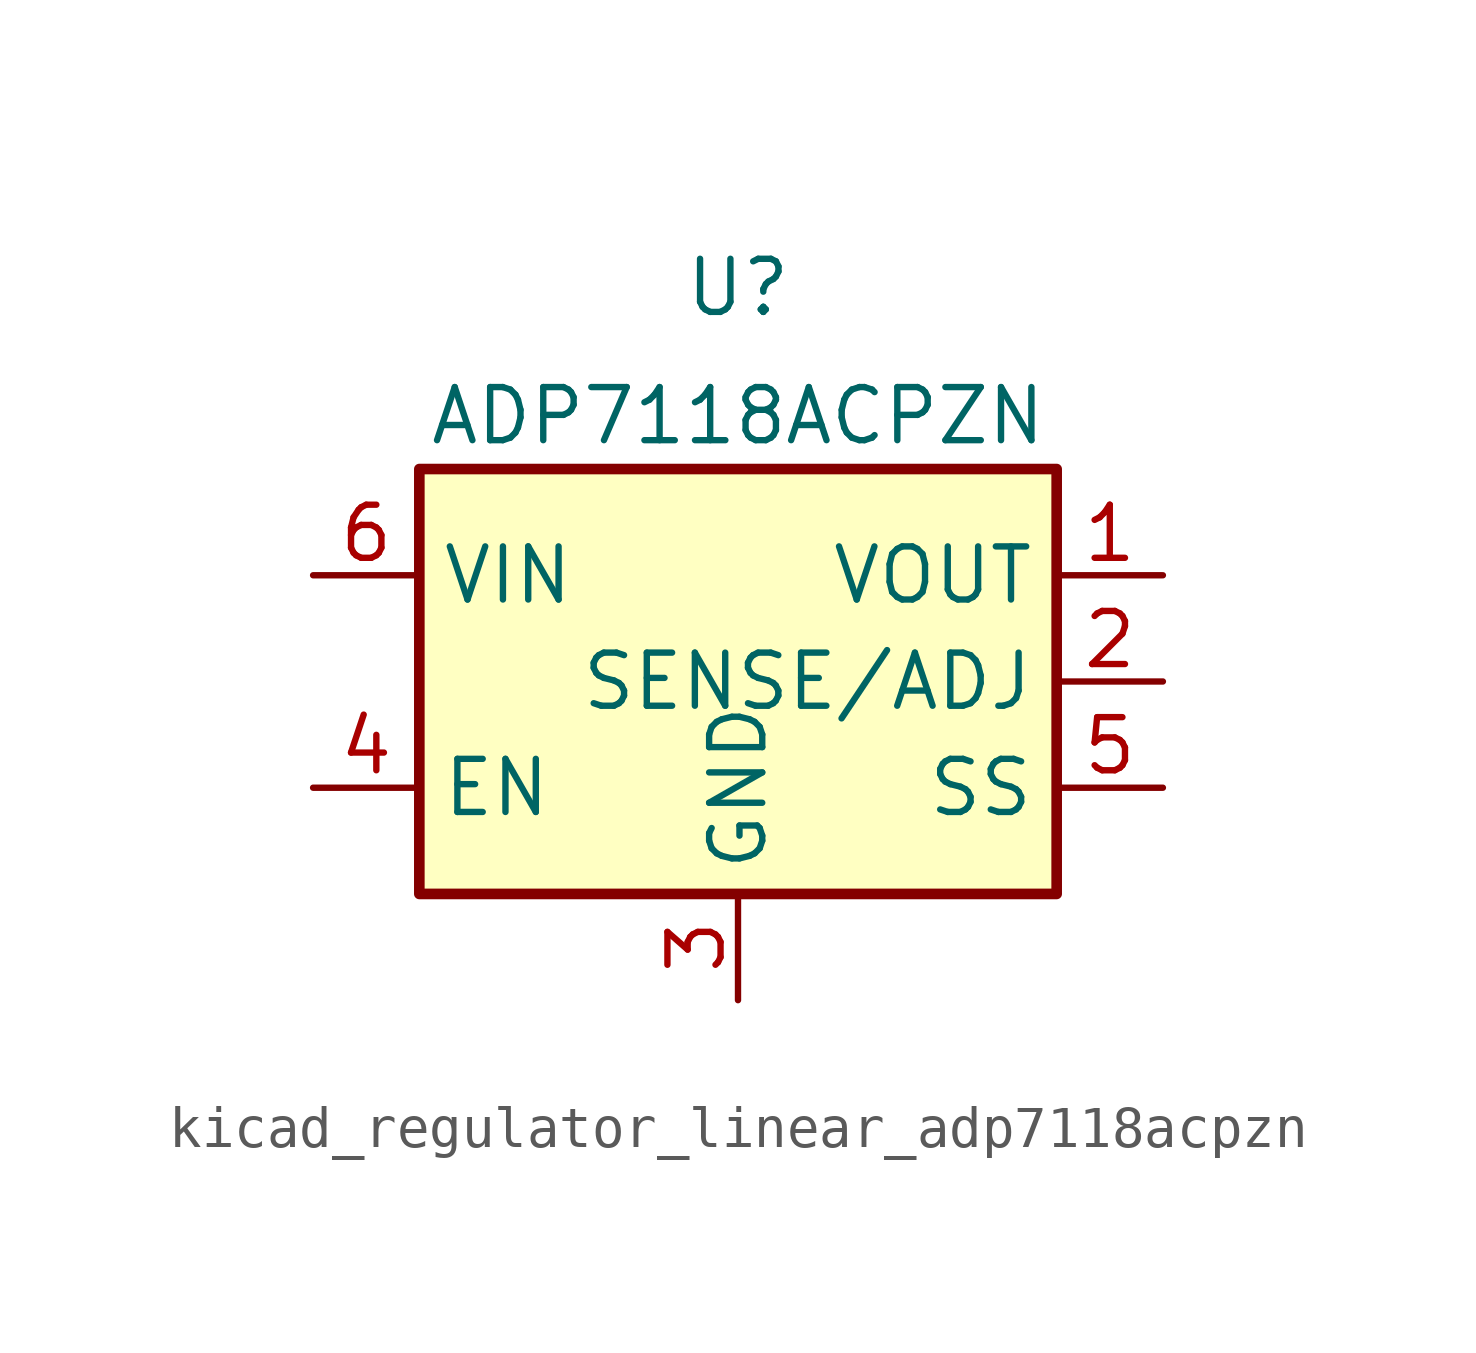
<source format=kicad_sym>
(kicad_symbol_lib
  (version 20220914)
  (generator kicad_symbol_editor)
  (symbol "kicad_regulator_linear_adp7118acpzn"
    (property "Reference" "U"
      (at 0 10.16 0)
      (effects (font (size 1.27 1.27)) (justify top)))
    (property "Value" "ADP7118ACPZN"
      (at 0 6.35 0)
      (effects (font (size 1.27 1.27))))
    (symbol "kicad_regulator_linear_adp7118acpzn_0_1"
      (rectangle (start -7.62 5.08) (end 7.62 -5.08) (stroke (width 0.254) (type default)) (fill (type background))))
    (symbol "kicad_regulator_linear_adp7118acpzn_1_1"
      (pin power_out line (at 10.16 2.54 180) (length 2.54) (name "VOUT" (effects (font (size 1.27 1.27)))) (number "1" (effects (font (size 1.27 1.27)))))
      (pin input line (at 10.16 0 180) (length 2.54) (name "SENSE/ADJ" (effects (font (size 1.27 1.27)))) (number "2" (effects (font (size 1.27 1.27)))))
      (pin power_in line (at 0 -7.62 90) (length 2.54) (name "GND" (effects (font (size 1.27 1.27)))) (number "3" (effects (font (size 1.27 1.27)))))
      (pin input line (at -10.16 -2.54 0) (length 2.54) (name "EN" (effects (font (size 1.27 1.27)))) (number "4" (effects (font (size 1.27 1.27)))))
      (pin passive line (at 10.16 -2.54 180) (length 2.54) (name "SS" (effects (font (size 1.27 1.27)))) (number "5" (effects (font (size 1.27 1.27)))))
      (pin power_in line (at -10.16 2.54 0) (length 2.54) (name "VIN" (effects (font (size 1.27 1.27)))) (number "6" (effects (font (size 1.27 1.27)))))
      (pin passive line (at 0 -7.62 90) (length 2.54) hide (name "GND" (effects (font (size 1.27 1.27)))) (number "7" (effects (font (size 1.27 1.27))))))))
</source>
